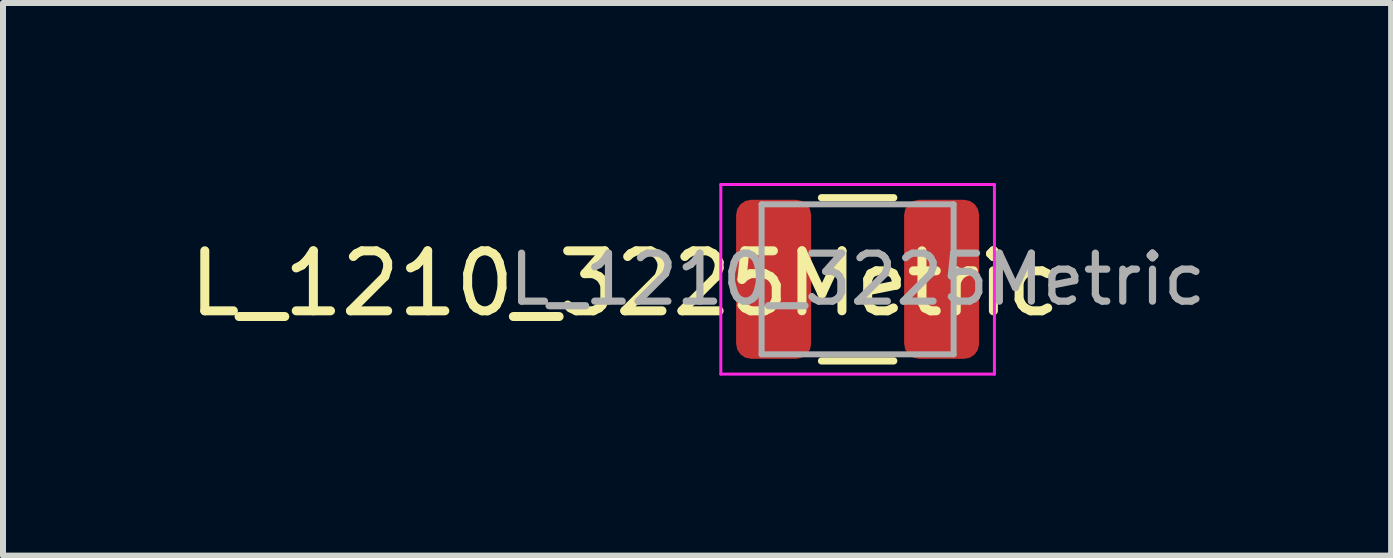
<source format=kicad_pcb>
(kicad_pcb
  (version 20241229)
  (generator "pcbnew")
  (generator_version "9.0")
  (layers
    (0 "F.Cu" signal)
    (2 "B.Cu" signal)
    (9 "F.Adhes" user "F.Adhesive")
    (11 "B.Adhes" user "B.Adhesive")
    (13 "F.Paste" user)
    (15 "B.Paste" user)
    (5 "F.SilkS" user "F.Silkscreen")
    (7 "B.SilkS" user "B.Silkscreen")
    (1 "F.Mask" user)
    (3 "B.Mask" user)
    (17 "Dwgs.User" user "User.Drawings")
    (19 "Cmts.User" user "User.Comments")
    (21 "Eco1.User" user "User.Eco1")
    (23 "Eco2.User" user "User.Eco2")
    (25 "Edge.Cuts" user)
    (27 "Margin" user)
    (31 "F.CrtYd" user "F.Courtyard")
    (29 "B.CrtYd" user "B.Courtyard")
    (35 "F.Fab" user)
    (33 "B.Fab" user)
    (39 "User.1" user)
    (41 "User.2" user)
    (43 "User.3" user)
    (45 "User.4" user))
  (footprint "L_1210_3225Metric"
    (layer "F.Cu")
    (at 11.243 1.605)
    (property "Reference" "L_1210_3225Metric" (at -3.88 0.07 180) (layer "F.SilkS") (effects (font (size 1 1) (thickness 0.15))))
    (attr smd)
    (fp_line (start -0.602 -1.36) (end 0.602 -1.36) (stroke (width 0.12) (type solid)) (layer "F.SilkS"))
    (fp_line (start -0.602 1.36) (end 0.602 1.36) (stroke (width 0.12) (type solid)) (layer "F.SilkS"))
    (fp_line (start -2.28 -1.58) (end 2.28 -1.58) (stroke (width 0.05) (type solid)) (layer "F.CrtYd"))
    (fp_line (start -2.28 1.58) (end -2.28 -1.58) (stroke (width 0.05) (type solid)) (layer "F.CrtYd"))
    (fp_line (start 2.28 -1.58) (end 2.28 1.58) (stroke (width 0.05) (type solid)) (layer "F.CrtYd"))
    (fp_line (start 2.28 1.58) (end -2.28 1.58) (stroke (width 0.05) (type solid)) (layer "F.CrtYd"))
    (fp_line (start -1.6 -1.25) (end 1.6 -1.25) (stroke (width 0.1) (type solid)) (layer "F.Fab"))
    (fp_line (start -1.6 1.25) (end -1.6 -1.25) (stroke (width 0.1) (type solid)) (layer "F.Fab"))
    (fp_line (start 1.6 -1.25) (end 1.6 1.25) (stroke (width 0.1) (type solid)) (layer "F.Fab"))
    (fp_line (start 1.6 1.25) (end -1.6 1.25) (stroke (width 0.1) (type solid)) (layer "F.Fab"))
    (fp_text user "${REFERENCE}" (at 0 0 180) (layer "F.Fab") (effects (font (size 0.8 0.8) (thickness 0.12))))
    (pad "1" smd roundrect (at -1.4 0) (size 1.25 2.65) (layers "F.Cu" "F.Mask" "F.Paste") (roundrect_rratio 0.2))
    (pad "2" smd roundrect (at 1.4 0) (size 1.25 2.65) (layers "F.Cu" "F.Mask" "F.Paste") (roundrect_rratio 0.2)))
  (gr_rect
    (start -3 -3)
    (end 20.134 6.21)
    (stroke (width 0.1) (type default))
    (fill no)
    (layer "Edge.Cuts")))
</source>
